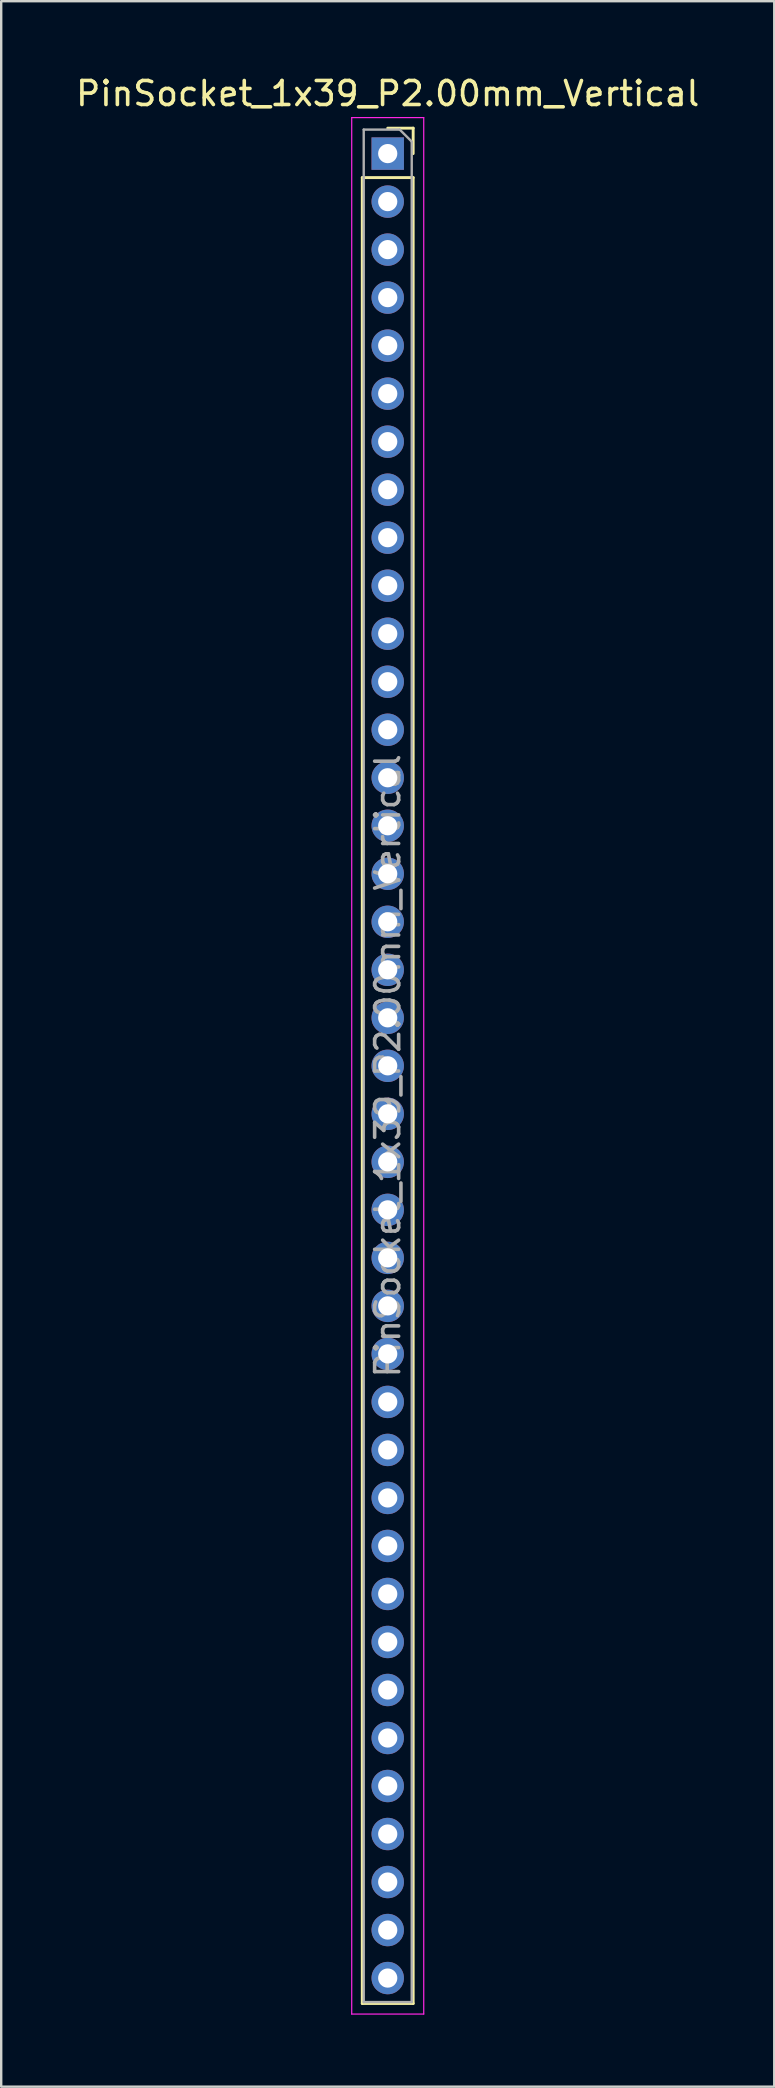
<source format=kicad_pcb>
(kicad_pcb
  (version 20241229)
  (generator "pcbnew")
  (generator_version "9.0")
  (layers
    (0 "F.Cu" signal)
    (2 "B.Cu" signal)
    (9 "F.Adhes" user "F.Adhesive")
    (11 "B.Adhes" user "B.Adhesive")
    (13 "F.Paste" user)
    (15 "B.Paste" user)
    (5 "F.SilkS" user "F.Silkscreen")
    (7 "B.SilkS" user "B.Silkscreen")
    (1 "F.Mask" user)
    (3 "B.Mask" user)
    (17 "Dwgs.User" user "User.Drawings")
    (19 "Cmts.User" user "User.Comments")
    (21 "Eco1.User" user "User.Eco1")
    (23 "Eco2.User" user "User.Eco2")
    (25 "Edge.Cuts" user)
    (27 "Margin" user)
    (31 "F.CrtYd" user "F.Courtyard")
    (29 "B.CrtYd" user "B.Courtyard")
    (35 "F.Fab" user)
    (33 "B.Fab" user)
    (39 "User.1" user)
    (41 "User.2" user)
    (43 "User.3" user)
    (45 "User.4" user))
  (footprint "PinSocket_1x39_P2.00mm_Vertical"
    (layer "F.Cu")
    (at 13.101 3.348)
    (property "Reference" "PinSocket_1x39_P2.00mm_Vertical" (at 0 -2.5 0) (layer "F.SilkS") (effects (font (size 1 1) (thickness 0.15))))
    (attr through_hole)
    (fp_line (start -1.06 1) (end -1.06 77.06) (stroke (width 0.12) (type solid)) (layer "F.SilkS"))
    (fp_line (start -1.06 1) (end 1.06 1) (stroke (width 0.12) (type solid)) (layer "F.SilkS"))
    (fp_line (start -1.06 77.06) (end 1.06 77.06) (stroke (width 0.12) (type solid)) (layer "F.SilkS"))
    (fp_line (start 0 -1.06) (end 1.06 -1.06) (stroke (width 0.12) (type solid)) (layer "F.SilkS"))
    (fp_line (start 1.06 -1.06) (end 1.06 0) (stroke (width 0.12) (type solid)) (layer "F.SilkS"))
    (fp_line (start 1.06 1) (end 1.06 77.06) (stroke (width 0.12) (type solid)) (layer "F.SilkS"))
    (fp_line (start -1.5 -1.5) (end 1.5 -1.5) (stroke (width 0.05) (type solid)) (layer "F.CrtYd"))
    (fp_line (start -1.5 77.5) (end -1.5 -1.5) (stroke (width 0.05) (type solid)) (layer "F.CrtYd"))
    (fp_line (start 1.5 -1.5) (end 1.5 77.5) (stroke (width 0.05) (type solid)) (layer "F.CrtYd"))
    (fp_line (start 1.5 77.5) (end -1.5 77.5) (stroke (width 0.05) (type solid)) (layer "F.CrtYd"))
    (fp_line (start -1 -1) (end 0.5 -1) (stroke (width 0.1) (type solid)) (layer "F.Fab"))
    (fp_line (start -1 77) (end -1 -1) (stroke (width 0.1) (type solid)) (layer "F.Fab"))
    (fp_line (start 0.5 -1) (end 1 -0.5) (stroke (width 0.1) (type solid)) (layer "F.Fab"))
    (fp_line (start 1 -0.5) (end 1 77) (stroke (width 0.1) (type solid)) (layer "F.Fab"))
    (fp_line (start 1 77) (end -1 77) (stroke (width 0.1) (type solid)) (layer "F.Fab"))
    (fp_text user "${REFERENCE}" (at 0 38 90) (layer "F.Fab") (effects (font (size 1 1) (thickness 0.15))))
    (pad "1" thru_hole rect (at 0 0) (size 1.35 1.35) (drill 0.8) (layers "*.Cu" "*.Mask"))
    (pad "2" thru_hole oval (at 0 2) (size 1.35 1.35) (drill 0.8) (layers "*.Cu" "*.Mask"))
    (pad "3" thru_hole oval (at 0 4) (size 1.35 1.35) (drill 0.8) (layers "*.Cu" "*.Mask"))
    (pad "4" thru_hole oval (at 0 6) (size 1.35 1.35) (drill 0.8) (layers "*.Cu" "*.Mask"))
    (pad "5" thru_hole oval (at 0 8) (size 1.35 1.35) (drill 0.8) (layers "*.Cu" "*.Mask"))
    (pad "6" thru_hole oval (at 0 10) (size 1.35 1.35) (drill 0.8) (layers "*.Cu" "*.Mask"))
    (pad "7" thru_hole oval (at 0 12) (size 1.35 1.35) (drill 0.8) (layers "*.Cu" "*.Mask"))
    (pad "8" thru_hole oval (at 0 14) (size 1.35 1.35) (drill 0.8) (layers "*.Cu" "*.Mask"))
    (pad "9" thru_hole oval (at 0 16) (size 1.35 1.35) (drill 0.8) (layers "*.Cu" "*.Mask"))
    (pad "10" thru_hole oval (at 0 18) (size 1.35 1.35) (drill 0.8) (layers "*.Cu" "*.Mask"))
    (pad "11" thru_hole oval (at 0 20) (size 1.35 1.35) (drill 0.8) (layers "*.Cu" "*.Mask"))
    (pad "12" thru_hole oval (at 0 22) (size 1.35 1.35) (drill 0.8) (layers "*.Cu" "*.Mask"))
    (pad "13" thru_hole oval (at 0 24) (size 1.35 1.35) (drill 0.8) (layers "*.Cu" "*.Mask"))
    (pad "14" thru_hole oval (at 0 26) (size 1.35 1.35) (drill 0.8) (layers "*.Cu" "*.Mask"))
    (pad "15" thru_hole oval (at 0 28) (size 1.35 1.35) (drill 0.8) (layers "*.Cu" "*.Mask"))
    (pad "16" thru_hole oval (at 0 30) (size 1.35 1.35) (drill 0.8) (layers "*.Cu" "*.Mask"))
    (pad "17" thru_hole oval (at 0 32) (size 1.35 1.35) (drill 0.8) (layers "*.Cu" "*.Mask"))
    (pad "18" thru_hole oval (at 0 34) (size 1.35 1.35) (drill 0.8) (layers "*.Cu" "*.Mask"))
    (pad "19" thru_hole oval (at 0 36) (size 1.35 1.35) (drill 0.8) (layers "*.Cu" "*.Mask"))
    (pad "20" thru_hole oval (at 0 38) (size 1.35 1.35) (drill 0.8) (layers "*.Cu" "*.Mask"))
    (pad "21" thru_hole oval (at 0 40) (size 1.35 1.35) (drill 0.8) (layers "*.Cu" "*.Mask"))
    (pad "22" thru_hole oval (at 0 42) (size 1.35 1.35) (drill 0.8) (layers "*.Cu" "*.Mask"))
    (pad "23" thru_hole oval (at 0 44) (size 1.35 1.35) (drill 0.8) (layers "*.Cu" "*.Mask"))
    (pad "24" thru_hole oval (at 0 46) (size 1.35 1.35) (drill 0.8) (layers "*.Cu" "*.Mask"))
    (pad "25" thru_hole oval (at 0 48) (size 1.35 1.35) (drill 0.8) (layers "*.Cu" "*.Mask"))
    (pad "26" thru_hole oval (at 0 50) (size 1.35 1.35) (drill 0.8) (layers "*.Cu" "*.Mask"))
    (pad "27" thru_hole oval (at 0 52) (size 1.35 1.35) (drill 0.8) (layers "*.Cu" "*.Mask"))
    (pad "28" thru_hole oval (at 0 54) (size 1.35 1.35) (drill 0.8) (layers "*.Cu" "*.Mask"))
    (pad "29" thru_hole oval (at 0 56) (size 1.35 1.35) (drill 0.8) (layers "*.Cu" "*.Mask"))
    (pad "30" thru_hole oval (at 0 58) (size 1.35 1.35) (drill 0.8) (layers "*.Cu" "*.Mask"))
    (pad "31" thru_hole oval (at 0 60) (size 1.35 1.35) (drill 0.8) (layers "*.Cu" "*.Mask"))
    (pad "32" thru_hole oval (at 0 62) (size 1.35 1.35) (drill 0.8) (layers "*.Cu" "*.Mask"))
    (pad "33" thru_hole oval (at 0 64) (size 1.35 1.35) (drill 0.8) (layers "*.Cu" "*.Mask"))
    (pad "34" thru_hole oval (at 0 66) (size 1.35 1.35) (drill 0.8) (layers "*.Cu" "*.Mask"))
    (pad "35" thru_hole oval (at 0 68) (size 1.35 1.35) (drill 0.8) (layers "*.Cu" "*.Mask"))
    (pad "36" thru_hole oval (at 0 70) (size 1.35 1.35) (drill 0.8) (layers "*.Cu" "*.Mask"))
    (pad "37" thru_hole oval (at 0 72) (size 1.35 1.35) (drill 0.8) (layers "*.Cu" "*.Mask"))
    (pad "38" thru_hole oval (at 0 74) (size 1.35 1.35) (drill 0.8) (layers "*.Cu" "*.Mask"))
    (pad "39" thru_hole oval (at 0 76) (size 1.35 1.35) (drill 0.8) (layers "*.Cu" "*.Mask")))
  (gr_rect
    (start -3 -3)
    (end 29.202 83.873)
    (stroke (width 0.1) (type default))
    (fill no)
    (layer "Edge.Cuts")))
</source>
